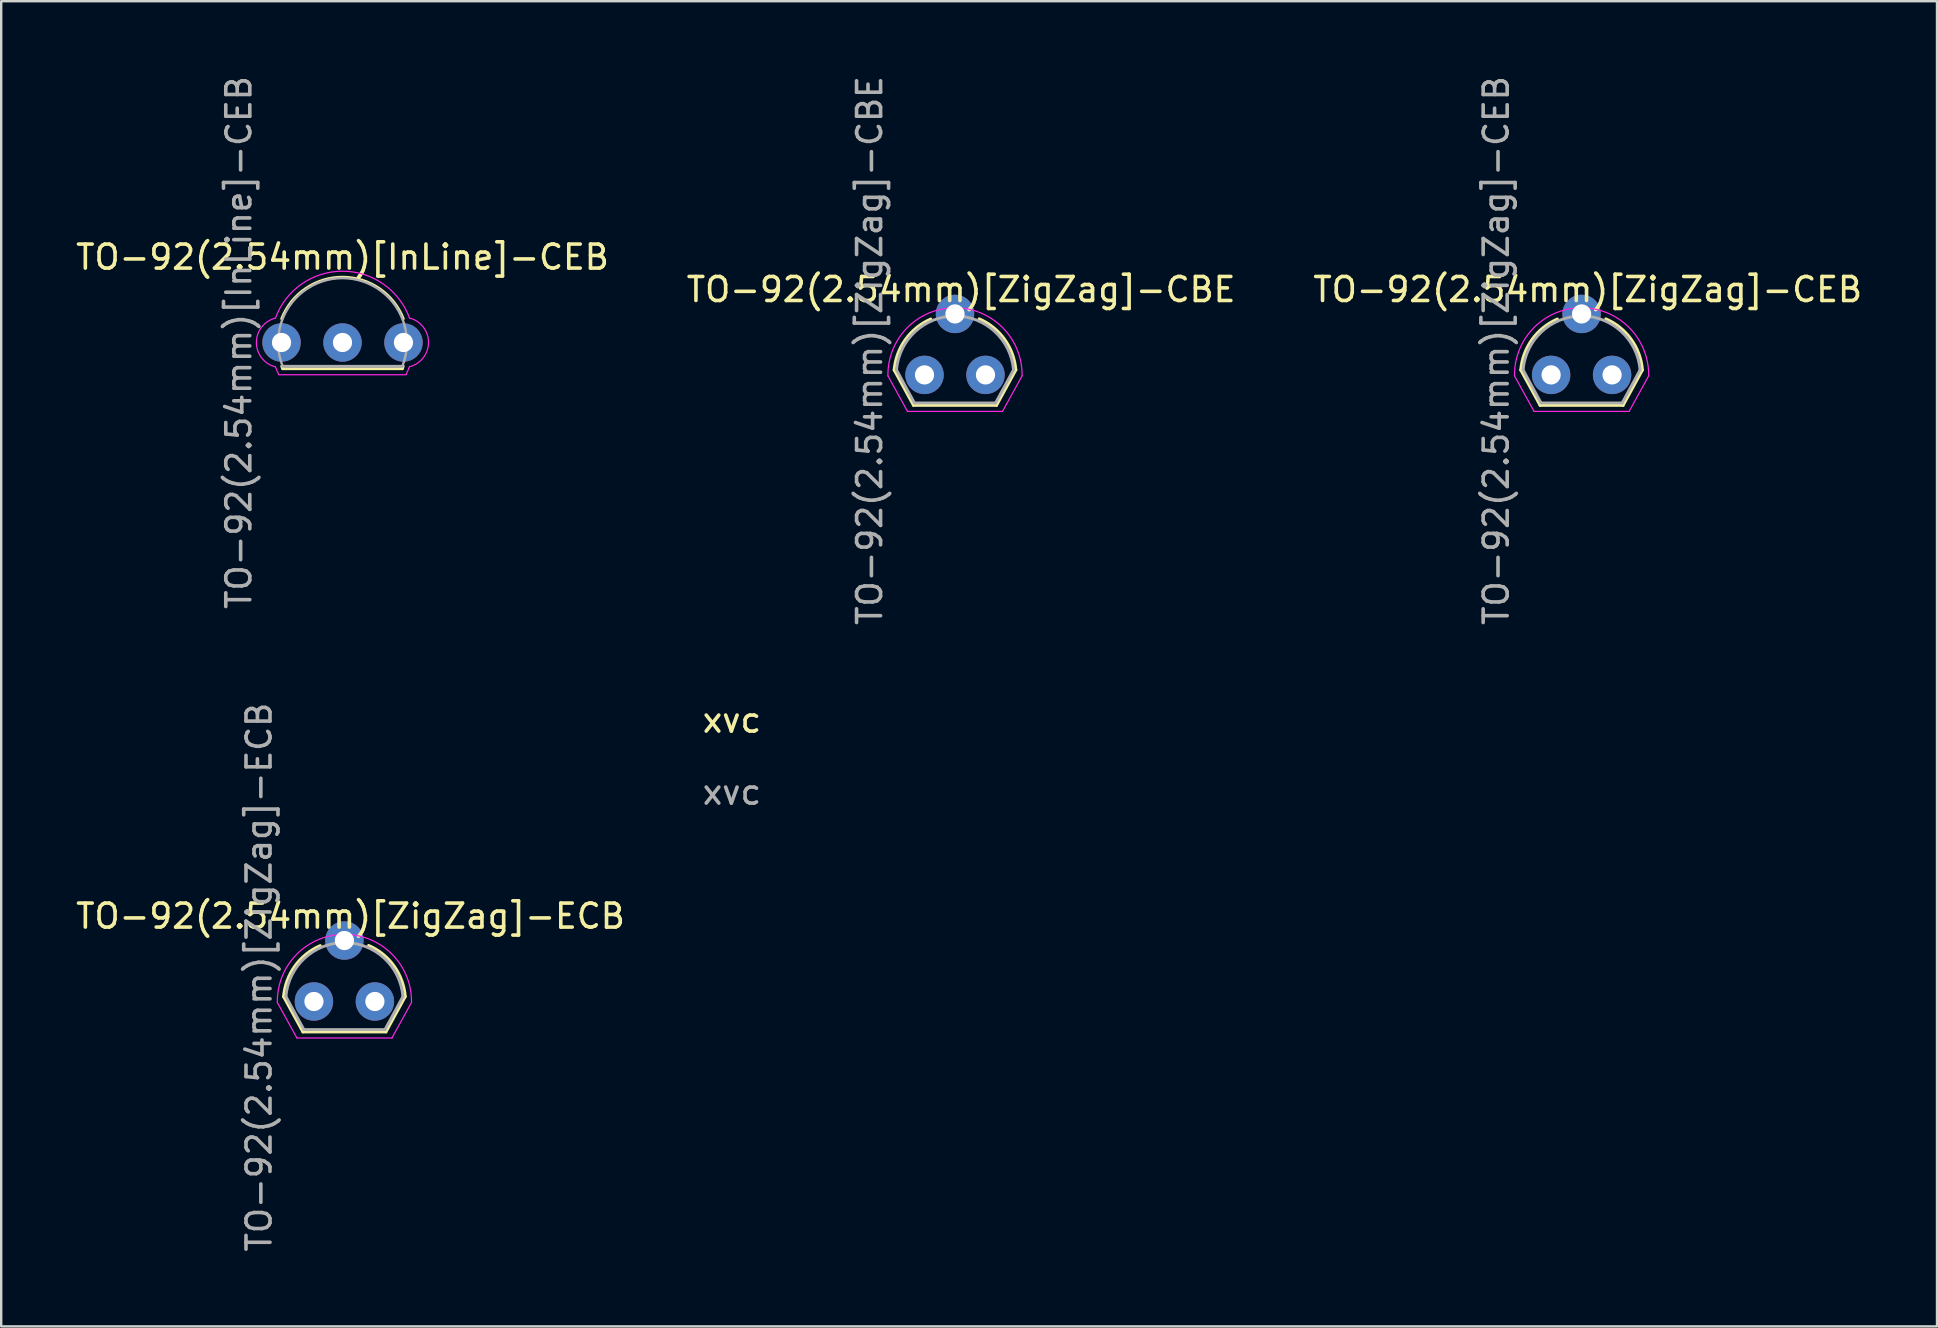
<source format=kicad_pcb>
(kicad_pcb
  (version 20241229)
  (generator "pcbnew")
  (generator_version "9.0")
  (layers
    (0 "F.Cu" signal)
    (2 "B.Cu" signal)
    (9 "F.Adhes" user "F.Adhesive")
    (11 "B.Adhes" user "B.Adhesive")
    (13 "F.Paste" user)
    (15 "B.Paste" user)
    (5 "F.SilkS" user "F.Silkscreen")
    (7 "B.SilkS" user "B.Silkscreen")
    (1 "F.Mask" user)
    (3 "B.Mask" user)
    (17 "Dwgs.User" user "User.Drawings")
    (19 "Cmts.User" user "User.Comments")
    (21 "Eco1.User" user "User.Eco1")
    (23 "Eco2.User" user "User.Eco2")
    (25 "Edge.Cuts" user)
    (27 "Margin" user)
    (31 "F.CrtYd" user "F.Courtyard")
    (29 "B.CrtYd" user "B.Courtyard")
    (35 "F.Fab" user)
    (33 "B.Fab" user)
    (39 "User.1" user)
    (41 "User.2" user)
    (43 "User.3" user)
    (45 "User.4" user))
  (footprint "TO-92(2.54mm)[ZigZag]-CEB"
    (layer "F.Cu")
    (at 62.847 12.57)
    (property "Reference" "TO-92(2.54mm)[ZigZag]-CEB" (at 0.254 -3.556 0) (unlocked yes) (layer "F.SilkS") (effects (font (size 1 1) (thickness 0.15))))
    (attr through_hole)
    (fp_line (start -1.73 1.27) (end -2.537 -0.206) (stroke (width 0.12) (type solid)) (layer "F.SilkS"))
    (fp_line (start 1.73 1.27) (end -1.73 1.27) (stroke (width 0.12) (type solid)) (layer "F.SilkS"))
    (fp_line (start 1.73 1.27) (end 2.537 -0.206) (stroke (width 0.12) (type solid)) (layer "F.SilkS"))
    (fp_arc (start -2.537006 -0.198217) (mid -2.067993 -1.476058) (end -1.007571 -2.329497) (stroke (width 0.12) (type solid)) (layer "F.SilkS"))
    (fp_arc (start 1.007571 -2.337458) (mid 2.067993 -1.48402) (end 2.537006 -0.206178) (stroke (width 0.12) (type solid)) (layer "F.SilkS"))
    (fp_line (start -1.98 1.52) (end -2.795 0.04) (stroke (width 0.05) (type solid)) (layer "F.CrtYd"))
    (fp_line (start 0 -2.545) (end 0 -2.795) (stroke (width 0.01) (type solid)) (layer "F.CrtYd"))
    (fp_line (start 1.98 1.52) (end -1.98 1.52) (stroke (width 0.05) (type solid)) (layer "F.CrtYd"))
    (fp_line (start 1.98 1.52) (end 2.795 0.04) (stroke (width 0.05) (type solid)) (layer "F.CrtYd"))
    (fp_arc (start -2.79537 0.04) (mid 0 -2.795656) (end 2.79537 0.04) (stroke (width 0.05) (type solid)) (layer "F.CrtYd"))
    (fp_line (start -1.69 1.17) (end -2.437 -0.206) (stroke (width 0.12) (type solid)) (layer "F.Fab"))
    (fp_line (start 1.69 1.17) (end -1.69 1.17) (stroke (width 0.12) (type solid)) (layer "F.Fab"))
    (fp_line (start 1.69 1.17) (end 2.437 -0.206) (stroke (width 0.12) (type solid)) (layer "F.Fab"))
    (fp_arc (start -2.437006 -0.206178) (mid 0 -2.453015) (end 2.437006 -0.206178) (stroke (width 0.12) (type solid)) (layer "F.Fab"))
    (fp_text user "${REFERENCE}" (at -3.556 -1.016 90) (unlocked yes) (layer "F.Fab") (effects (font (size 1 1) (thickness 0.15))))
    (pad "B" thru_hole circle (at 1.27 0) (size 1.6 1.6) (drill 0.8) (layers "*.Cu" "*.Mask"))
    (pad "C" thru_hole circle (at -1.27 0) (size 1.6 1.6) (drill 0.8) (layers "*.Cu" "*.Mask"))
    (pad "E" thru_hole circle (at 0 -2.54) (size 1.6 1.6) (drill 0.8) (layers "*.Cu" "*.Mask")))
  (footprint "TO-92(2.54mm)[InLine]-CEB"
    (layer "F.Cu")
    (at 11.22 11.22)
    (property "Reference" "TO-92(2.54mm)[InLine]-CEB" (at 0 -3.556 0) (unlocked yes) (layer "F.SilkS") (effects (font (size 1 1) (thickness 0.15))))
    (attr through_hole)
    (fp_line (start -2.492 1.092) (end -2.531 0.989) (stroke (width 0.12) (type solid)) (layer "F.SilkS"))
    (fp_line (start -2.492 1.092) (end 2.492 1.092) (stroke (width 0.12) (type solid)) (layer "F.SilkS"))
    (fp_line (start 2.492 1.092) (end 2.531 0.989) (stroke (width 0.12) (type solid)) (layer "F.SilkS"))
    (fp_arc (start -2.533425 -0.989193) (mid 0 -2.72062) (end 2.533425 -0.989193) (stroke (width 0.12) (type solid)) (layer "F.SilkS"))
    (fp_line (start -2.651 1.342) (end 2.651 1.342) (stroke (width 0.05) (type solid)) (layer "F.CrtYd"))
    (fp_arc (start -2.794 -1.016) (mid 0 -2.97127) (end 2.794 -1.016) (stroke (width 0.05) (type solid)) (layer "F.CrtYd"))
    (fp_arc (start -2.794 1.015999) (mid -3.587268 0) (end -2.794 -1.015999) (stroke (width 0.05) (type solid)) (layer "F.CrtYd"))
    (fp_arc (start -2.650999 1.342) (mid -2.726608 1.180833) (end -2.79243 1.015428) (stroke (width 0.05) (type solid)) (layer "F.CrtYd"))
    (fp_arc (start 2.7886 1.011598) (mid 2.722778 1.177003) (end 2.647169 1.33817) (stroke (width 0.05) (type solid)) (layer "F.CrtYd"))
    (fp_arc (start 2.79017 -1.019829) (mid 3.583438 -0.00383) (end 2.79017 1.012169) (stroke (width 0.05) (type solid)) (layer "F.CrtYd"))
    (fp_line (start -2.492 0.992) (end 2.492 0.992) (stroke (width 0.12) (type solid)) (layer "F.Fab"))
    (fp_arc (start -2.492 0.9922) (mid 0 -2.682261) (end 2.492 0.9922) (stroke (width 0.1) (type solid)) (layer "F.Fab"))
    (fp_text user "${REFERENCE}" (at -4.318 0 90) (unlocked yes) (layer "F.Fab") (effects (font (size 1 1) (thickness 0.15))))
    (pad "B" thru_hole circle (at 2.54 0) (size 1.6 1.6) (drill 0.8) (layers "*.Cu" "*.Mask"))
    (pad "C" thru_hole circle (at -2.54 0) (size 1.6 1.6) (drill 0.8) (layers "*.Cu" "*.Mask"))
    (pad "E" thru_hole circle (at 0 0) (size 1.6 1.6) (drill 0.8) (layers "*.Cu" "*.Mask")))
  (footprint "TO-92(2.54mm)[ZigZag]-CBE"
    (layer "F.Cu")
    (at 36.74 12.57)
    (property "Reference" "TO-92(2.54mm)[ZigZag]-CBE" (at 0.254 -3.556 0) (unlocked yes) (layer "F.SilkS") (effects (font (size 1 1) (thickness 0.15))))
    (attr through_hole)
    (fp_line (start -1.73 1.27) (end -2.537 -0.206) (stroke (width 0.12) (type solid)) (layer "F.SilkS"))
    (fp_line (start 1.73 1.27) (end -1.73 1.27) (stroke (width 0.12) (type solid)) (layer "F.SilkS"))
    (fp_line (start 1.73 1.27) (end 2.537 -0.206) (stroke (width 0.12) (type solid)) (layer "F.SilkS"))
    (fp_arc (start -2.537006 -0.198217) (mid -2.067993 -1.476058) (end -1.007571 -2.329497) (stroke (width 0.12) (type solid)) (layer "F.SilkS"))
    (fp_arc (start 1.007571 -2.337458) (mid 2.067993 -1.48402) (end 2.537006 -0.206178) (stroke (width 0.12) (type solid)) (layer "F.SilkS"))
    (fp_line (start -1.98 1.52) (end -2.795 0.04) (stroke (width 0.05) (type solid)) (layer "F.CrtYd"))
    (fp_line (start 0 -2.545) (end 0 -2.795) (stroke (width 0.01) (type solid)) (layer "F.CrtYd"))
    (fp_line (start 1.98 1.52) (end -1.98 1.52) (stroke (width 0.05) (type solid)) (layer "F.CrtYd"))
    (fp_line (start 1.98 1.52) (end 2.795 0.04) (stroke (width 0.05) (type solid)) (layer "F.CrtYd"))
    (fp_arc (start -2.79537 0.04) (mid 0 -2.795656) (end 2.79537 0.04) (stroke (width 0.05) (type solid)) (layer "F.CrtYd"))
    (fp_line (start -1.69 1.17) (end -2.437 -0.206) (stroke (width 0.12) (type solid)) (layer "F.Fab"))
    (fp_line (start 1.69 1.17) (end -1.69 1.17) (stroke (width 0.12) (type solid)) (layer "F.Fab"))
    (fp_line (start 1.69 1.17) (end 2.437 -0.206) (stroke (width 0.12) (type solid)) (layer "F.Fab"))
    (fp_arc (start -2.437006 -0.206178) (mid 0 -2.453015) (end 2.437006 -0.206178) (stroke (width 0.12) (type solid)) (layer "F.Fab"))
    (fp_text user "${REFERENCE}" (at -3.556 -1.016 90) (unlocked yes) (layer "F.Fab") (effects (font (size 1 1) (thickness 0.15))))
    (pad "B" thru_hole circle (at 0 -2.54) (size 1.6 1.6) (drill 0.8) (layers "*.Cu" "*.Mask"))
    (pad "C" thru_hole circle (at -1.27 0) (size 1.6 1.6) (drill 0.8) (layers "*.Cu" "*.Mask"))
    (pad "E" thru_hole circle (at 1.27 0) (size 1.6 1.6) (drill 0.8) (layers "*.Cu" "*.Mask")))
  (footprint "TO-92(2.54mm)[ZigZag]-ECB"
    (layer "F.Cu")
    (at 11.3 38.677)
    (property "Reference" "TO-92(2.54mm)[ZigZag]-ECB" (at 0.254 -3.556 0) (unlocked yes) (layer "F.SilkS") (effects (font (size 1 1) (thickness 0.15))))
    (attr through_hole)
    (fp_line (start -1.73 1.27) (end -2.537 -0.206) (stroke (width 0.12) (type solid)) (layer "F.SilkS"))
    (fp_line (start 1.73 1.27) (end -1.73 1.27) (stroke (width 0.12) (type solid)) (layer "F.SilkS"))
    (fp_line (start 1.73 1.27) (end 2.537 -0.206) (stroke (width 0.12) (type solid)) (layer "F.SilkS"))
    (fp_arc (start -2.537006 -0.198217) (mid -2.067993 -1.476058) (end -1.007571 -2.329497) (stroke (width 0.12) (type solid)) (layer "F.SilkS"))
    (fp_arc (start 1.007571 -2.337458) (mid 2.067993 -1.48402) (end 2.537006 -0.206178) (stroke (width 0.12) (type solid)) (layer "F.SilkS"))
    (fp_line (start -1.98 1.52) (end -2.795 0.04) (stroke (width 0.05) (type solid)) (layer "F.CrtYd"))
    (fp_line (start 0 -2.545) (end 0 -2.795) (stroke (width 0.01) (type solid)) (layer "F.CrtYd"))
    (fp_line (start 1.98 1.52) (end -1.98 1.52) (stroke (width 0.05) (type solid)) (layer "F.CrtYd"))
    (fp_line (start 1.98 1.52) (end 2.795 0.04) (stroke (width 0.05) (type solid)) (layer "F.CrtYd"))
    (fp_arc (start -2.79537 0.04) (mid 0 -2.795656) (end 2.79537 0.04) (stroke (width 0.05) (type solid)) (layer "F.CrtYd"))
    (fp_line (start -1.69 1.17) (end -2.437 -0.206) (stroke (width 0.12) (type solid)) (layer "F.Fab"))
    (fp_line (start 1.69 1.17) (end -1.69 1.17) (stroke (width 0.12) (type solid)) (layer "F.Fab"))
    (fp_line (start 1.69 1.17) (end 2.437 -0.206) (stroke (width 0.12) (type solid)) (layer "F.Fab"))
    (fp_arc (start -2.437006 -0.206178) (mid 0 -2.453015) (end 2.437006 -0.206178) (stroke (width 0.12) (type solid)) (layer "F.Fab"))
    (fp_text user "${REFERENCE}" (at -3.556 -1.016 90) (unlocked yes) (layer "F.Fab") (effects (font (size 1 1) (thickness 0.15))))
    (pad "B" thru_hole circle (at 1.27 0) (size 1.6 1.6) (drill 0.8) (layers "*.Cu" "*.Mask"))
    (pad "C" thru_hole circle (at 0 -2.54) (size 1.6 1.6) (drill 0.8) (layers "*.Cu" "*.Mask"))
    (pad "E" thru_hole circle (at -1.27 0) (size 1.6 1.6) (drill 0.8) (layers "*.Cu" "*.Mask")))
  (footprint "xvc"
    (layer "F.Cu")
    (at 27.446 27.455)
    (property "Reference" "xvc" (at 0 -0.5 0) (unlocked yes) (layer "F.SilkS") (effects (font (size 1 1) (thickness 0.15))))
    (attr smd)
    (fp_text user "${REFERENCE}" (at 0 2.5 0) (unlocked yes) (layer "F.Fab") (effects (font (size 1 1) (thickness 0.15)))))
  (gr_rect
    (start -3 -3)
    (end 77.655 52.214)
    (stroke (width 0.1) (type default))
    (fill no)
    (layer "Edge.Cuts")))
</source>
